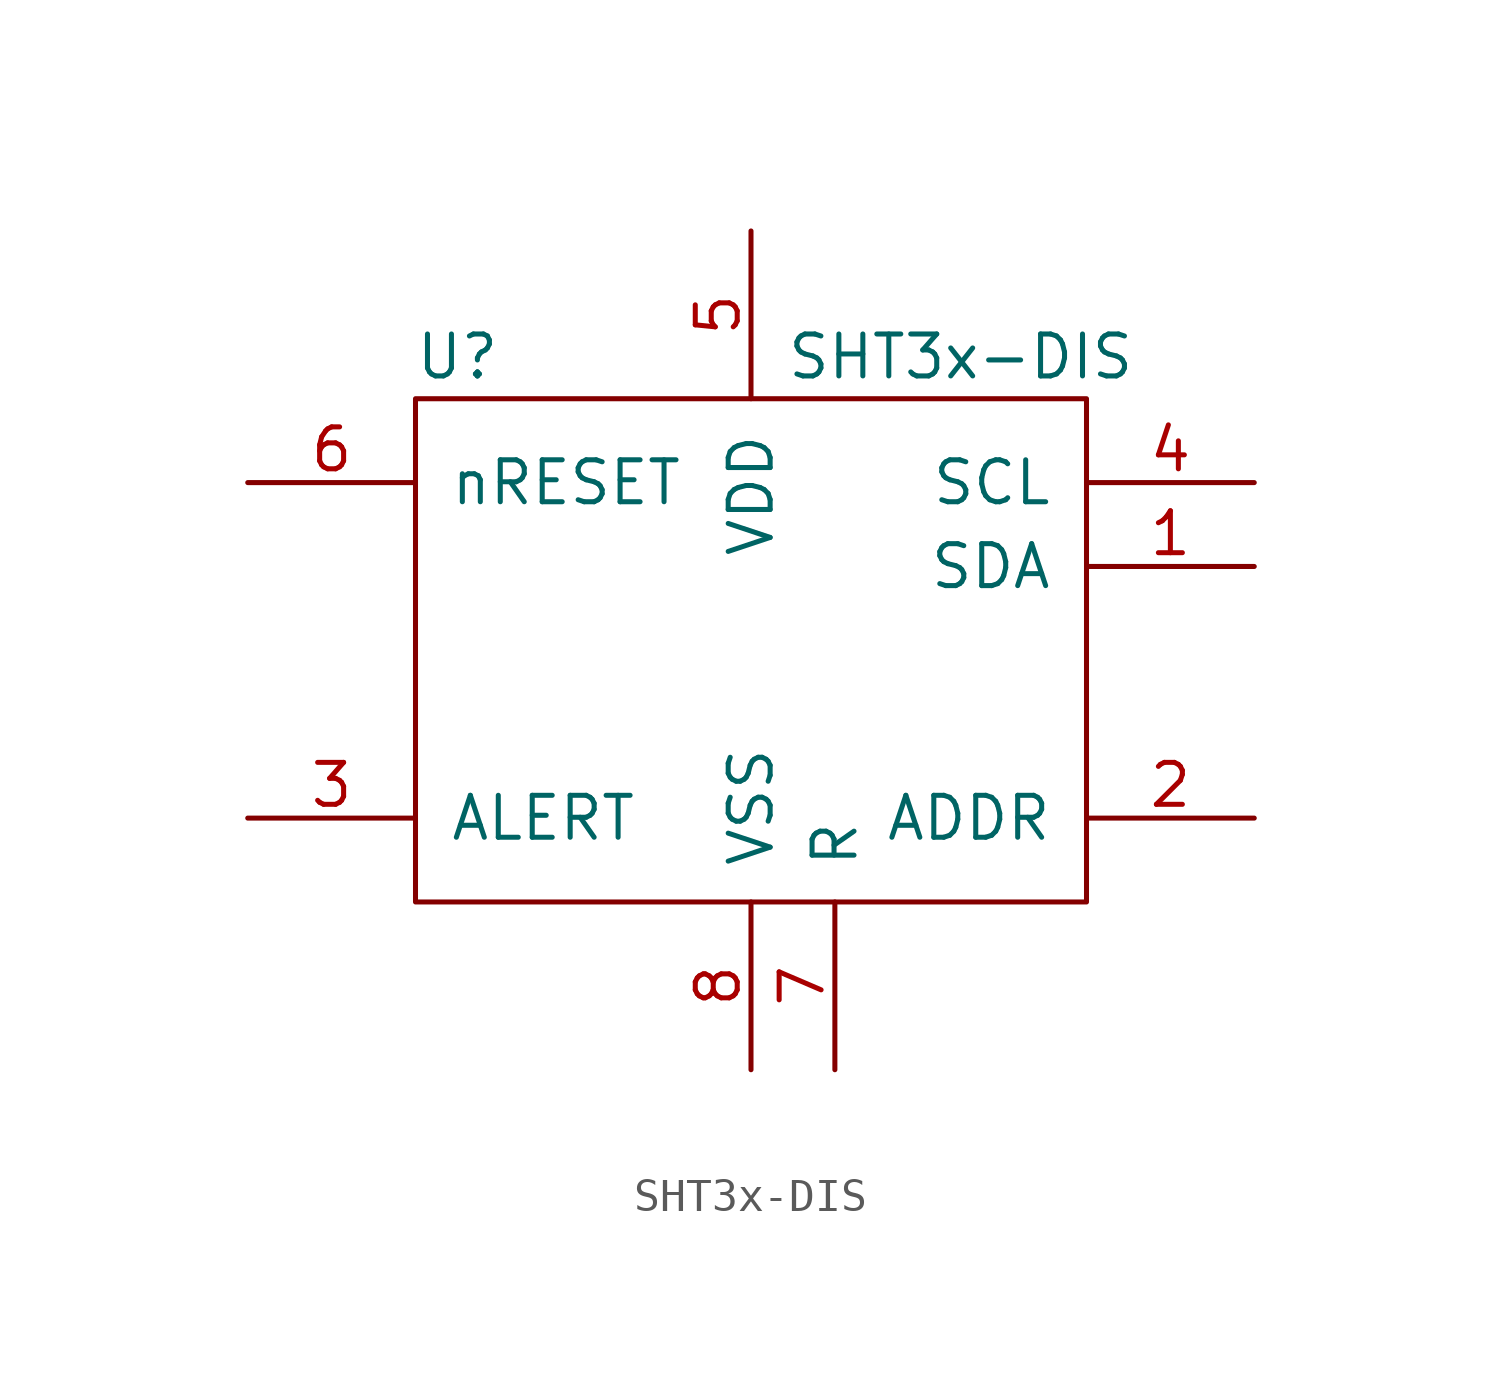
<source format=kicad_sym>
(kicad_symbol_lib
  (version 20211014)
  (generator kicad_symbol_editor)
  (symbol "SHT3x-DIS"
    (pin_names
      (offset 1.016))
    (property "Reference" "U"
      (at -8.89 8.89 0)
      (effects (font (size 1.27 1.27))))
    (property "Value" "SHT3x-DIS"
      (at 6.35 8.89 0)
      (effects (font (size 1.27 1.27))))
    (symbol "SHT3x-DIS_1_1"
      (rectangle (start -10.16 7.62) (end 10.16 -7.62) (stroke (width 0) (type default) (color 0 0 0 0)) (fill (type none)))
      (pin input line (at 15.24 2.54 180) (length 5.08) (name "SDA" (effects (font (size 1.27 1.27)))) (number "1" (effects (font (size 1.27 1.27)))))
      (pin input line (at 15.24 -5.08 180) (length 5.08) (name "ADDR" (effects (font (size 1.27 1.27)))) (number "2" (effects (font (size 1.27 1.27)))))
      (pin input line (at -15.24 -5.08 0) (length 5.08) (name "ALERT" (effects (font (size 1.27 1.27)))) (number "3" (effects (font (size 1.27 1.27)))))
      (pin input line (at 15.24 5.08 180) (length 5.08) (name "SCL" (effects (font (size 1.27 1.27)))) (number "4" (effects (font (size 1.27 1.27)))))
      (pin input line (at 0 12.7 270) (length 5.08) (name "VDD" (effects (font (size 1.27 1.27)))) (number "5" (effects (font (size 1.27 1.27)))))
      (pin input line (at -15.24 5.08 0) (length 5.08) (name "nRESET" (effects (font (size 1.27 1.27)))) (number "6" (effects (font (size 1.27 1.27)))))
      (pin input line (at 2.54 -12.7 90) (length 5.08) (name "R" (effects (font (size 1.27 1.27)))) (number "7" (effects (font (size 1.27 1.27)))))
      (pin input line (at 0 -12.7 90) (length 5.08) (name "VSS" (effects (font (size 1.27 1.27)))) (number "8" (effects (font (size 1.27 1.27))))))))
</source>
